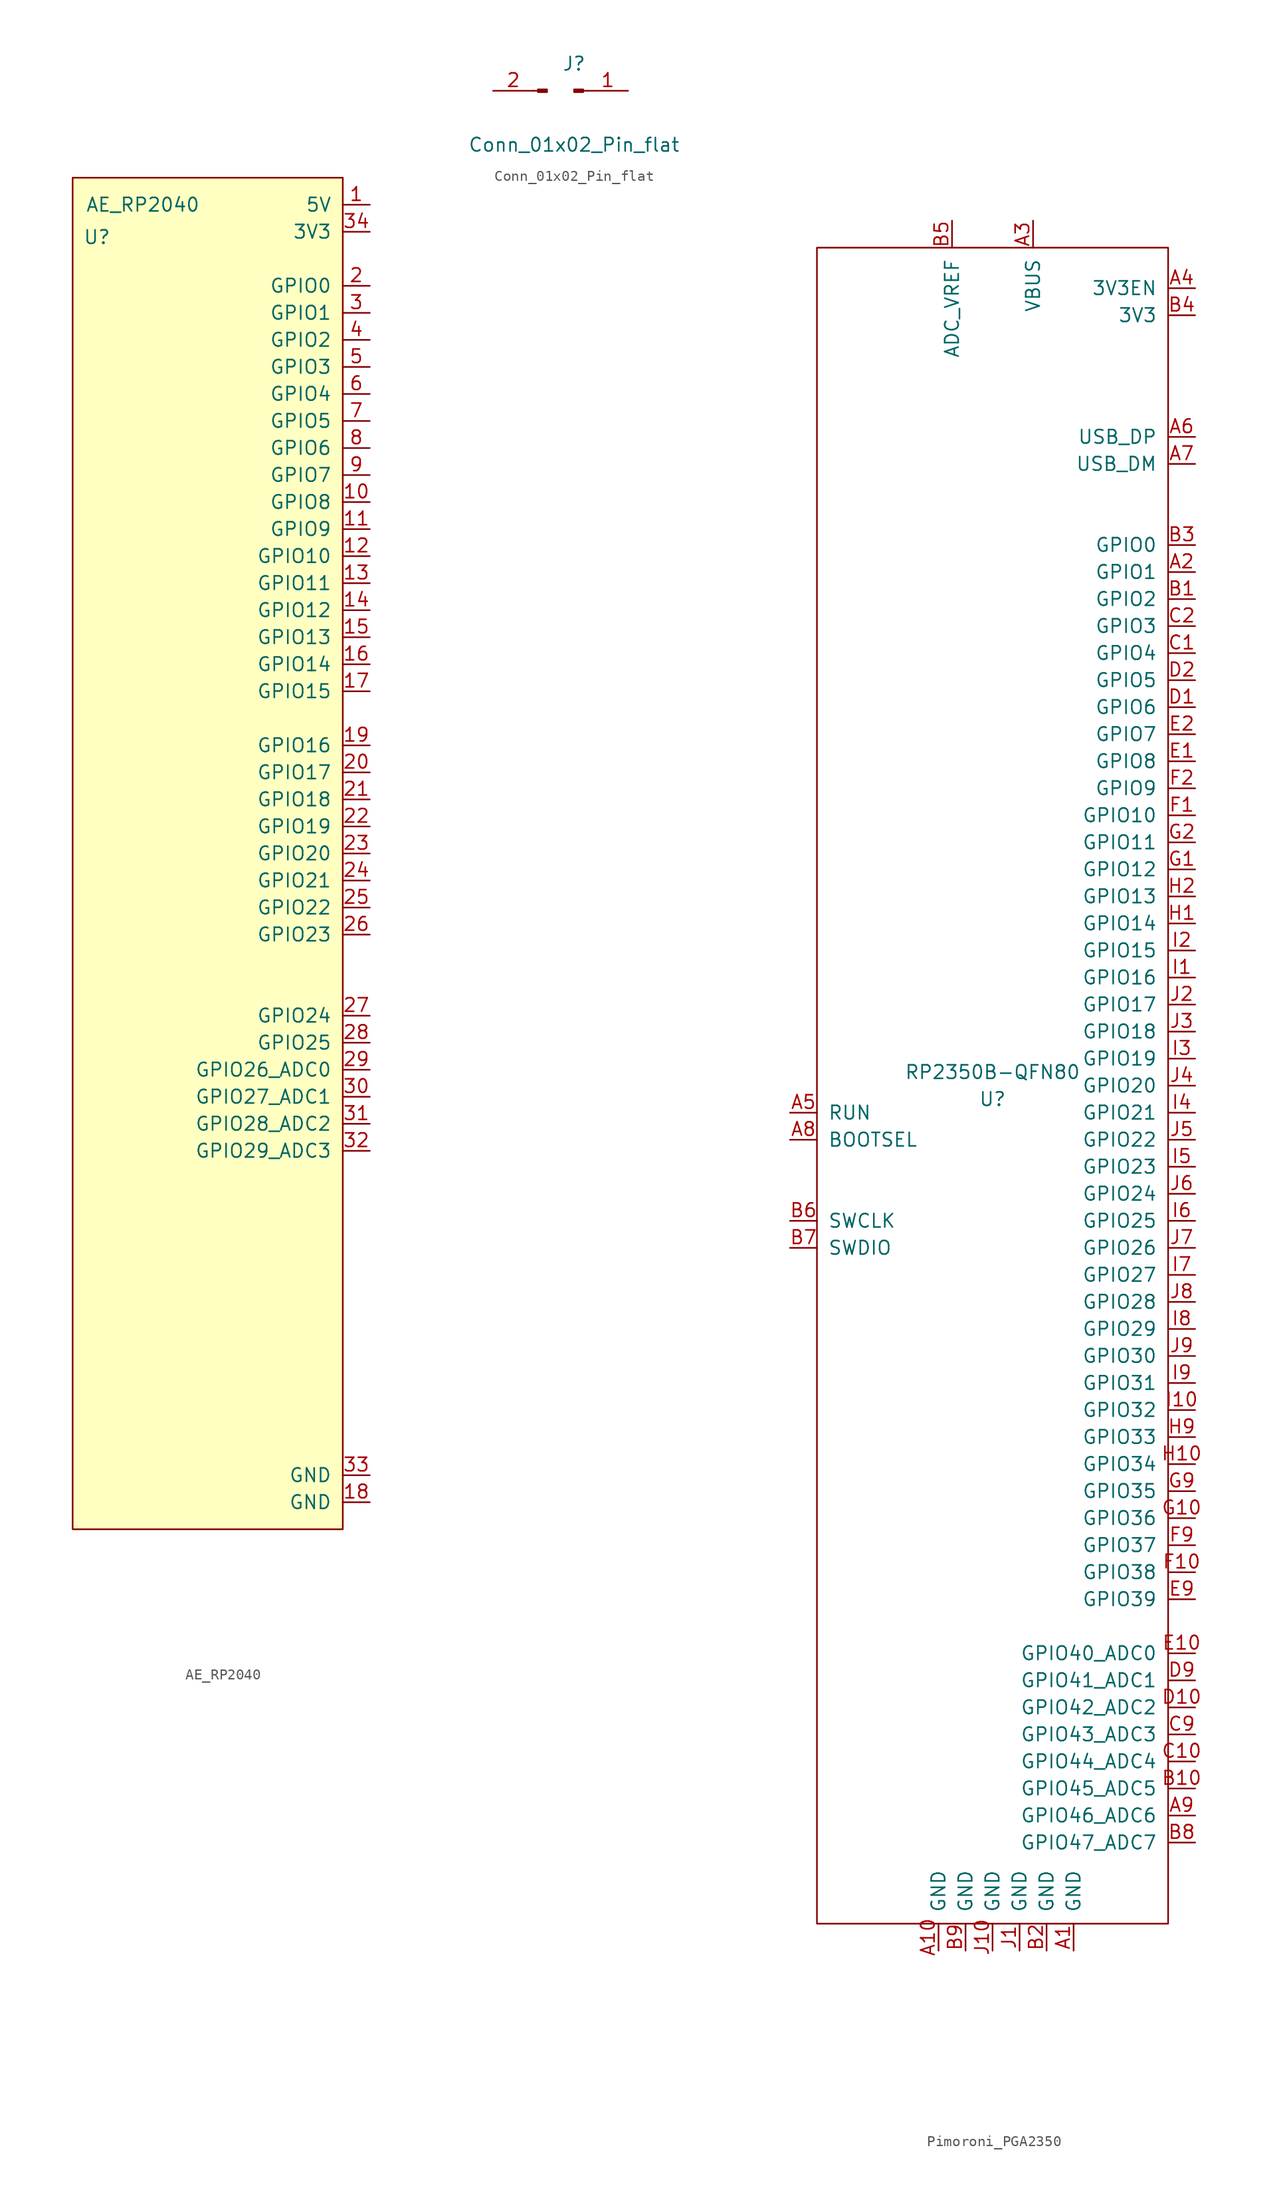
<source format=kicad_sym>
(kicad_symbol_lib
  (version 20241209)
  (generator "kicad_symbol_editor")
  (generator_version "9.0")
  (symbol "AE_RP2040"
    (pin_names
      (offset 1.016))
    (property "Reference" "U"
      (at -10.414 57.912 0)
      (effects (font (size 1.27 1.27))))
    (property "Value" "AE_RP2040"
      (at -6.096 60.96 0)
      (effects (font (size 1.27 1.27))))
    (symbol "AE_RP2040_0_1"
      (rectangle (start -12.7 63.5) (end 12.7 -63.5) (stroke (width 0) (type default)) (fill (type background))))
    (symbol "AE_RP2040_1_1"
      (pin power_out line (at 15.24 60.96 180) (length 2.54) (name "5V" (effects (font (size 1.27 1.27)))) (number "1" (effects (font (size 1.27 1.27)))))
      (pin power_out line (at 15.24 58.42 180) (length 2.54) (name "3V3" (effects (font (size 1.27 1.27)))) (number "34" (effects (font (size 1.27 1.27)))))
      (pin bidirectional line (at 15.24 53.34 180) (length 2.54) (name "GPIO0" (effects (font (size 1.27 1.27)))) (number "2" (effects (font (size 1.27 1.27)))))
      (pin bidirectional line (at 15.24 50.8 180) (length 2.54) (name "GPIO1" (effects (font (size 1.27 1.27)))) (number "3" (effects (font (size 1.27 1.27)))))
      (pin bidirectional line (at 15.24 48.26 180) (length 2.54) (name "GPIO2" (effects (font (size 1.27 1.27)))) (number "4" (effects (font (size 1.27 1.27)))))
      (pin bidirectional line (at 15.24 45.72 180) (length 2.54) (name "GPIO3" (effects (font (size 1.27 1.27)))) (number "5" (effects (font (size 1.27 1.27)))))
      (pin bidirectional line (at 15.24 43.18 180) (length 2.54) (name "GPIO4" (effects (font (size 1.27 1.27)))) (number "6" (effects (font (size 1.27 1.27)))))
      (pin bidirectional line (at 15.24 40.64 180) (length 2.54) (name "GPIO5" (effects (font (size 1.27 1.27)))) (number "7" (effects (font (size 1.27 1.27)))))
      (pin bidirectional line (at 15.24 38.1 180) (length 2.54) (name "GPIO6" (effects (font (size 1.27 1.27)))) (number "8" (effects (font (size 1.27 1.27)))))
      (pin bidirectional line (at 15.24 35.56 180) (length 2.54) (name "GPIO7" (effects (font (size 1.27 1.27)))) (number "9" (effects (font (size 1.27 1.27)))))
      (pin bidirectional line (at 15.24 33.02 180) (length 2.54) (name "GPIO8" (effects (font (size 1.27 1.27)))) (number "10" (effects (font (size 1.27 1.27)))))
      (pin bidirectional line (at 15.24 30.48 180) (length 2.54) (name "GPIO9" (effects (font (size 1.27 1.27)))) (number "11" (effects (font (size 1.27 1.27)))))
      (pin bidirectional line (at 15.24 27.94 180) (length 2.54) (name "GPIO10" (effects (font (size 1.27 1.27)))) (number "12" (effects (font (size 1.27 1.27)))))
      (pin bidirectional line (at 15.24 25.4 180) (length 2.54) (name "GPIO11" (effects (font (size 1.27 1.27)))) (number "13" (effects (font (size 1.27 1.27)))))
      (pin bidirectional line (at 15.24 22.86 180) (length 2.54) (name "GPIO12" (effects (font (size 1.27 1.27)))) (number "14" (effects (font (size 1.27 1.27)))))
      (pin bidirectional line (at 15.24 20.32 180) (length 2.54) (name "GPIO13" (effects (font (size 1.27 1.27)))) (number "15" (effects (font (size 1.27 1.27)))))
      (pin bidirectional line (at 15.24 17.78 180) (length 2.54) (name "GPIO14" (effects (font (size 1.27 1.27)))) (number "16" (effects (font (size 1.27 1.27)))))
      (pin bidirectional line (at 15.24 15.24 180) (length 2.54) (name "GPIO15" (effects (font (size 1.27 1.27)))) (number "17" (effects (font (size 1.27 1.27)))))
      (pin bidirectional line (at 15.24 10.16 180) (length 2.54) (name "GPIO16" (effects (font (size 1.27 1.27)))) (number "19" (effects (font (size 1.27 1.27)))))
      (pin bidirectional line (at 15.24 7.62 180) (length 2.54) (name "GPIO17" (effects (font (size 1.27 1.27)))) (number "20" (effects (font (size 1.27 1.27)))))
      (pin bidirectional line (at 15.24 5.08 180) (length 2.54) (name "GPIO18" (effects (font (size 1.27 1.27)))) (number "21" (effects (font (size 1.27 1.27)))))
      (pin bidirectional line (at 15.24 2.54 180) (length 2.54) (name "GPIO19" (effects (font (size 1.27 1.27)))) (number "22" (effects (font (size 1.27 1.27)))))
      (pin bidirectional line (at 15.24 0 180) (length 2.54) (name "GPIO20" (effects (font (size 1.27 1.27)))) (number "23" (effects (font (size 1.27 1.27)))))
      (pin bidirectional line (at 15.24 -2.54 180) (length 2.54) (name "GPIO21" (effects (font (size 1.27 1.27)))) (number "24" (effects (font (size 1.27 1.27)))))
      (pin bidirectional line (at 15.24 -5.08 180) (length 2.54) (name "GPIO22" (effects (font (size 1.27 1.27)))) (number "25" (effects (font (size 1.27 1.27)))))
      (pin bidirectional line (at 15.24 -7.62 180) (length 2.54) (name "GPIO23" (effects (font (size 1.27 1.27)))) (number "26" (effects (font (size 1.27 1.27)))))
      (pin bidirectional line (at 15.24 -15.24 180) (length 2.54) (name "GPIO24" (effects (font (size 1.27 1.27)))) (number "27" (effects (font (size 1.27 1.27)))))
      (pin bidirectional line (at 15.24 -17.78 180) (length 2.54) (name "GPIO25" (effects (font (size 1.27 1.27)))) (number "28" (effects (font (size 1.27 1.27)))))
      (pin bidirectional line (at 15.24 -20.32 180) (length 2.54) (name "GPIO26_ADC0" (effects (font (size 1.27 1.27)))) (number "29" (effects (font (size 1.27 1.27)))))
      (pin bidirectional line (at 15.24 -22.86 180) (length 2.54) (name "GPIO27_ADC1" (effects (font (size 1.27 1.27)))) (number "30" (effects (font (size 1.27 1.27)))))
      (pin bidirectional line (at 15.24 -25.4 180) (length 2.54) (name "GPIO28_ADC2" (effects (font (size 1.27 1.27)))) (number "31" (effects (font (size 1.27 1.27)))))
      (pin bidirectional line (at 15.24 -27.94 180) (length 2.54) (name "GPIO29_ADC3" (effects (font (size 1.27 1.27)))) (number "32" (effects (font (size 1.27 1.27)))))
      (pin power_in line (at 15.24 -58.42 180) (length 2.54) (name "GND" (effects (font (size 1.27 1.27)))) (number "33" (effects (font (size 1.27 1.27)))))
      (pin power_in line (at 15.24 -60.96 180) (length 2.54) (name "GND" (effects (font (size 1.27 1.27)))) (number "18" (effects (font (size 1.27 1.27)))))))
  (symbol "Conn_01x02_Pin_flat"
    (pin_names
      (offset 1.016)
      (hide yes))
    (property "Reference" "J"
      (at 0 2.54 0)
      (effects (font (size 1.27 1.27))))
    (property "Value" "Conn_01x02_Pin_flat"
      (at 0 -5.08 0)
      (effects (font (size 1.27 1.27))))
    (property "ki_locked" ""
      (at 0 0 0)
      (effects (font (size 1.27 1.27))))
    (symbol "Conn_01x02_Pin_flat_1_1"
      (polyline (pts (xy -3.81 0) (xy -3.404 0)) (stroke (width 0.152) (type default)) (fill (type none)))
      (rectangle (start -3.404 0.127) (end -2.54 -0.127) (stroke (width 0.152) (type default)) (fill (type outline)))
      (rectangle (start 0.864 0.127) (end 0 -0.127) (stroke (width 0.152) (type default)) (fill (type outline)))
      (polyline (pts (xy 1.27 0) (xy 0.864 0)) (stroke (width 0.152) (type default)) (fill (type none)))
      (pin passive line (at -7.62 0 0) (length 3.81) (name "Pin_2" (effects (font (size 1.27 1.27)))) (number "2" (effects (font (size 1.27 1.27)))))
      (pin passive line (at 5.08 0 180) (length 3.81) (name "Pin_1" (effects (font (size 1.27 1.27)))) (number "1" (effects (font (size 1.27 1.27)))))))
  (symbol "Pimoroni_PGA2350"
    (pin_names
      (offset 1.016))
    (property "Reference" "U"
      (at 0 -1.27 0)
      (effects (font (size 1.27 1.27))))
    (property "Value" "RP2350B-QFN80"
      (at 0 1.27 0)
      (effects (font (size 1.27 1.27))))
    (symbol "Pimoroni_PGA2350_0_1"
      (rectangle (start -16.51 78.74) (end 16.51 -78.74) (stroke (width 0) (type default)) (fill (type none))))
    (symbol "Pimoroni_PGA2350_1_0"
      (pin input line (at -19.05 -5.08 0) (length 2.54) (name "BOOTSEL" (effects (font (size 1.27 1.27)))) (number "A8" (effects (font (size 1.27 1.27)))))
      (pin passive line (at -5.08 -81.28 90) (length 2.54) (name "GND" (effects (font (size 1.27 1.27)))) (number "A10" (effects (font (size 1.27 1.27)))))
      (pin passive line (at -2.54 -81.28 90) (length 2.54) (name "GND" (effects (font (size 1.27 1.27)))) (number "B9" (effects (font (size 1.27 1.27)))))
      (pin passive line (at 0 -81.28 90) (length 2.54) (name "GND" (effects (font (size 1.27 1.27)))) (number "J10" (effects (font (size 1.27 1.27)))))
      (pin passive line (at 2.54 -81.28 90) (length 2.54) (name "GND" (effects (font (size 1.27 1.27)))) (number "J1" (effects (font (size 1.27 1.27)))))
      (pin passive line (at 5.08 -81.28 90) (length 2.54) (name "GND" (effects (font (size 1.27 1.27)))) (number "B2" (effects (font (size 1.27 1.27)))))
      (pin passive line (at 7.62 -81.28 90) (length 2.54) (name "GND" (effects (font (size 1.27 1.27)))) (number "A1" (effects (font (size 1.27 1.27)))))
      (pin input line (at 19.05 74.93 180) (length 2.54) (name "3V3EN" (effects (font (size 1.27 1.27)))) (number "A4" (effects (font (size 1.27 1.27)))))
      (pin power_out line (at 19.05 72.39 180) (length 2.54) (name "3V3" (effects (font (size 1.27 1.27)))) (number "B4" (effects (font (size 1.27 1.27))))))
    (symbol "Pimoroni_PGA2350_1_1"
      (pin input line (at -19.05 -2.54 0) (length 2.54) (name "RUN" (effects (font (size 1.27 1.27)))) (number "A5" (effects (font (size 1.27 1.27)))))
      (pin bidirectional line (at -19.05 -12.7 0) (length 2.54) (name "SWCLK" (effects (font (size 1.27 1.27)))) (number "B6" (effects (font (size 1.27 1.27)))))
      (pin bidirectional line (at -19.05 -15.24 0) (length 2.54) (name "SWDIO" (effects (font (size 1.27 1.27)))) (number "B7" (effects (font (size 1.27 1.27)))))
      (pin power_in line (at -3.81 81.28 270) (length 2.54) (name "ADC_VREF" (effects (font (size 1.27 1.27)))) (number "B5" (effects (font (size 1.27 1.27)))))
      (pin power_out line (at 3.81 81.28 270) (length 2.54) (name "VBUS" (effects (font (size 1.27 1.27)))) (number "A3" (effects (font (size 1.27 1.27)))))
      (pin bidirectional line (at 19.05 60.96 180) (length 2.54) (name "USB_DP" (effects (font (size 1.27 1.27)))) (number "A6" (effects (font (size 1.27 1.27)))))
      (pin bidirectional line (at 19.05 58.42 180) (length 2.54) (name "USB_DM" (effects (font (size 1.27 1.27)))) (number "A7" (effects (font (size 1.27 1.27)))))
      (pin bidirectional line (at 19.05 50.8 180) (length 2.54) (name "GPIO0" (effects (font (size 1.27 1.27)))) (number "B3" (effects (font (size 1.27 1.27)))))
      (pin bidirectional line (at 19.05 48.26 180) (length 2.54) (name "GPIO1" (effects (font (size 1.27 1.27)))) (number "A2" (effects (font (size 1.27 1.27)))))
      (pin bidirectional line (at 19.05 45.72 180) (length 2.54) (name "GPIO2" (effects (font (size 1.27 1.27)))) (number "B1" (effects (font (size 1.27 1.27)))))
      (pin bidirectional line (at 19.05 43.18 180) (length 2.54) (name "GPIO3" (effects (font (size 1.27 1.27)))) (number "C2" (effects (font (size 1.27 1.27)))))
      (pin bidirectional line (at 19.05 40.64 180) (length 2.54) (name "GPIO4" (effects (font (size 1.27 1.27)))) (number "C1" (effects (font (size 1.27 1.27)))))
      (pin bidirectional line (at 19.05 38.1 180) (length 2.54) (name "GPIO5" (effects (font (size 1.27 1.27)))) (number "D2" (effects (font (size 1.27 1.27)))))
      (pin bidirectional line (at 19.05 35.56 180) (length 2.54) (name "GPIO6" (effects (font (size 1.27 1.27)))) (number "D1" (effects (font (size 1.27 1.27)))))
      (pin bidirectional line (at 19.05 33.02 180) (length 2.54) (name "GPIO7" (effects (font (size 1.27 1.27)))) (number "E2" (effects (font (size 1.27 1.27)))))
      (pin bidirectional line (at 19.05 30.48 180) (length 2.54) (name "GPIO8" (effects (font (size 1.27 1.27)))) (number "E1" (effects (font (size 1.27 1.27)))))
      (pin bidirectional line (at 19.05 27.94 180) (length 2.54) (name "GPIO9" (effects (font (size 1.27 1.27)))) (number "F2" (effects (font (size 1.27 1.27)))))
      (pin bidirectional line (at 19.05 25.4 180) (length 2.54) (name "GPIO10" (effects (font (size 1.27 1.27)))) (number "F1" (effects (font (size 1.27 1.27)))))
      (pin bidirectional line (at 19.05 22.86 180) (length 2.54) (name "GPIO11" (effects (font (size 1.27 1.27)))) (number "G2" (effects (font (size 1.27 1.27)))))
      (pin bidirectional line (at 19.05 20.32 180) (length 2.54) (name "GPIO12" (effects (font (size 1.27 1.27)))) (number "G1" (effects (font (size 1.27 1.27)))))
      (pin bidirectional line (at 19.05 17.78 180) (length 2.54) (name "GPIO13" (effects (font (size 1.27 1.27)))) (number "H2" (effects (font (size 1.27 1.27)))))
      (pin bidirectional line (at 19.05 15.24 180) (length 2.54) (name "GPIO14" (effects (font (size 1.27 1.27)))) (number "H1" (effects (font (size 1.27 1.27)))))
      (pin bidirectional line (at 19.05 12.7 180) (length 2.54) (name "GPIO15" (effects (font (size 1.27 1.27)))) (number "I2" (effects (font (size 1.27 1.27)))))
      (pin bidirectional line (at 19.05 10.16 180) (length 2.54) (name "GPIO16" (effects (font (size 1.27 1.27)))) (number "I1" (effects (font (size 1.27 1.27)))))
      (pin bidirectional line (at 19.05 7.62 180) (length 2.54) (name "GPIO17" (effects (font (size 1.27 1.27)))) (number "J2" (effects (font (size 1.27 1.27)))))
      (pin bidirectional line (at 19.05 5.08 180) (length 2.54) (name "GPIO18" (effects (font (size 1.27 1.27)))) (number "J3" (effects (font (size 1.27 1.27)))))
      (pin bidirectional line (at 19.05 2.54 180) (length 2.54) (name "GPIO19" (effects (font (size 1.27 1.27)))) (number "I3" (effects (font (size 1.27 1.27)))))
      (pin bidirectional line (at 19.05 0 180) (length 2.54) (name "GPIO20" (effects (font (size 1.27 1.27)))) (number "J4" (effects (font (size 1.27 1.27)))))
      (pin bidirectional line (at 19.05 -2.54 180) (length 2.54) (name "GPIO21" (effects (font (size 1.27 1.27)))) (number "I4" (effects (font (size 1.27 1.27)))))
      (pin bidirectional line (at 19.05 -5.08 180) (length 2.54) (name "GPIO22" (effects (font (size 1.27 1.27)))) (number "J5" (effects (font (size 1.27 1.27)))))
      (pin bidirectional line (at 19.05 -7.62 180) (length 2.54) (name "GPIO23" (effects (font (size 1.27 1.27)))) (number "I5" (effects (font (size 1.27 1.27)))))
      (pin bidirectional line (at 19.05 -10.16 180) (length 2.54) (name "GPIO24" (effects (font (size 1.27 1.27)))) (number "J6" (effects (font (size 1.27 1.27)))))
      (pin bidirectional line (at 19.05 -12.7 180) (length 2.54) (name "GPIO25" (effects (font (size 1.27 1.27)))) (number "I6" (effects (font (size 1.27 1.27)))))
      (pin bidirectional line (at 19.05 -15.24 180) (length 2.54) (name "GPIO26" (effects (font (size 1.27 1.27)))) (number "J7" (effects (font (size 1.27 1.27)))))
      (pin bidirectional line (at 19.05 -17.78 180) (length 2.54) (name "GPIO27" (effects (font (size 1.27 1.27)))) (number "I7" (effects (font (size 1.27 1.27)))))
      (pin bidirectional line (at 19.05 -20.32 180) (length 2.54) (name "GPIO28" (effects (font (size 1.27 1.27)))) (number "J8" (effects (font (size 1.27 1.27)))))
      (pin bidirectional line (at 19.05 -22.86 180) (length 2.54) (name "GPIO29" (effects (font (size 1.27 1.27)))) (number "I8" (effects (font (size 1.27 1.27)))))
      (pin bidirectional line (at 19.05 -25.4 180) (length 2.54) (name "GPIO30" (effects (font (size 1.27 1.27)))) (number "J9" (effects (font (size 1.27 1.27)))))
      (pin bidirectional line (at 19.05 -27.94 180) (length 2.54) (name "GPIO31" (effects (font (size 1.27 1.27)))) (number "I9" (effects (font (size 1.27 1.27)))))
      (pin bidirectional line (at 19.05 -30.48 180) (length 2.54) (name "GPIO32" (effects (font (size 1.27 1.27)))) (number "I10" (effects (font (size 1.27 1.27)))))
      (pin bidirectional line (at 19.05 -33.02 180) (length 2.54) (name "GPIO33" (effects (font (size 1.27 1.27)))) (number "H9" (effects (font (size 1.27 1.27)))))
      (pin bidirectional line (at 19.05 -35.56 180) (length 2.54) (name "GPIO34" (effects (font (size 1.27 1.27)))) (number "H10" (effects (font (size 1.27 1.27)))))
      (pin bidirectional line (at 19.05 -38.1 180) (length 2.54) (name "GPIO35" (effects (font (size 1.27 1.27)))) (number "G9" (effects (font (size 1.27 1.27)))))
      (pin bidirectional line (at 19.05 -40.64 180) (length 2.54) (name "GPIO36" (effects (font (size 1.27 1.27)))) (number "G10" (effects (font (size 1.27 1.27)))))
      (pin bidirectional line (at 19.05 -43.18 180) (length 2.54) (name "GPIO37" (effects (font (size 1.27 1.27)))) (number "F9" (effects (font (size 1.27 1.27)))))
      (pin bidirectional line (at 19.05 -45.72 180) (length 2.54) (name "GPIO38" (effects (font (size 1.27 1.27)))) (number "F10" (effects (font (size 1.27 1.27)))))
      (pin bidirectional line (at 19.05 -48.26 180) (length 2.54) (name "GPIO39" (effects (font (size 1.27 1.27)))) (number "E9" (effects (font (size 1.27 1.27)))))
      (pin bidirectional line (at 19.05 -53.34 180) (length 2.54) (name "GPIO40_ADC0" (effects (font (size 1.27 1.27)))) (number "E10" (effects (font (size 1.27 1.27)))))
      (pin bidirectional line (at 19.05 -55.88 180) (length 2.54) (name "GPIO41_ADC1" (effects (font (size 1.27 1.27)))) (number "D9" (effects (font (size 1.27 1.27)))))
      (pin bidirectional line (at 19.05 -58.42 180) (length 2.54) (name "GPIO42_ADC2" (effects (font (size 1.27 1.27)))) (number "D10" (effects (font (size 1.27 1.27)))))
      (pin bidirectional line (at 19.05 -60.96 180) (length 2.54) (name "GPIO43_ADC3" (effects (font (size 1.27 1.27)))) (number "C9" (effects (font (size 1.27 1.27)))))
      (pin bidirectional line (at 19.05 -63.5 180) (length 2.54) (name "GPIO44_ADC4" (effects (font (size 1.27 1.27)))) (number "C10" (effects (font (size 1.27 1.27)))))
      (pin bidirectional line (at 19.05 -66.04 180) (length 2.54) (name "GPIO45_ADC5" (effects (font (size 1.27 1.27)))) (number "B10" (effects (font (size 1.27 1.27)))))
      (pin bidirectional line (at 19.05 -68.58 180) (length 2.54) (name "GPIO46_ADC6" (effects (font (size 1.27 1.27)))) (number "A9" (effects (font (size 1.27 1.27)))))
      (pin bidirectional line (at 19.05 -71.12 180) (length 2.54) (name "GPIO47_ADC7" (effects (font (size 1.27 1.27)))) (number "B8" (effects (font (size 1.27 1.27))))))))
</source>
